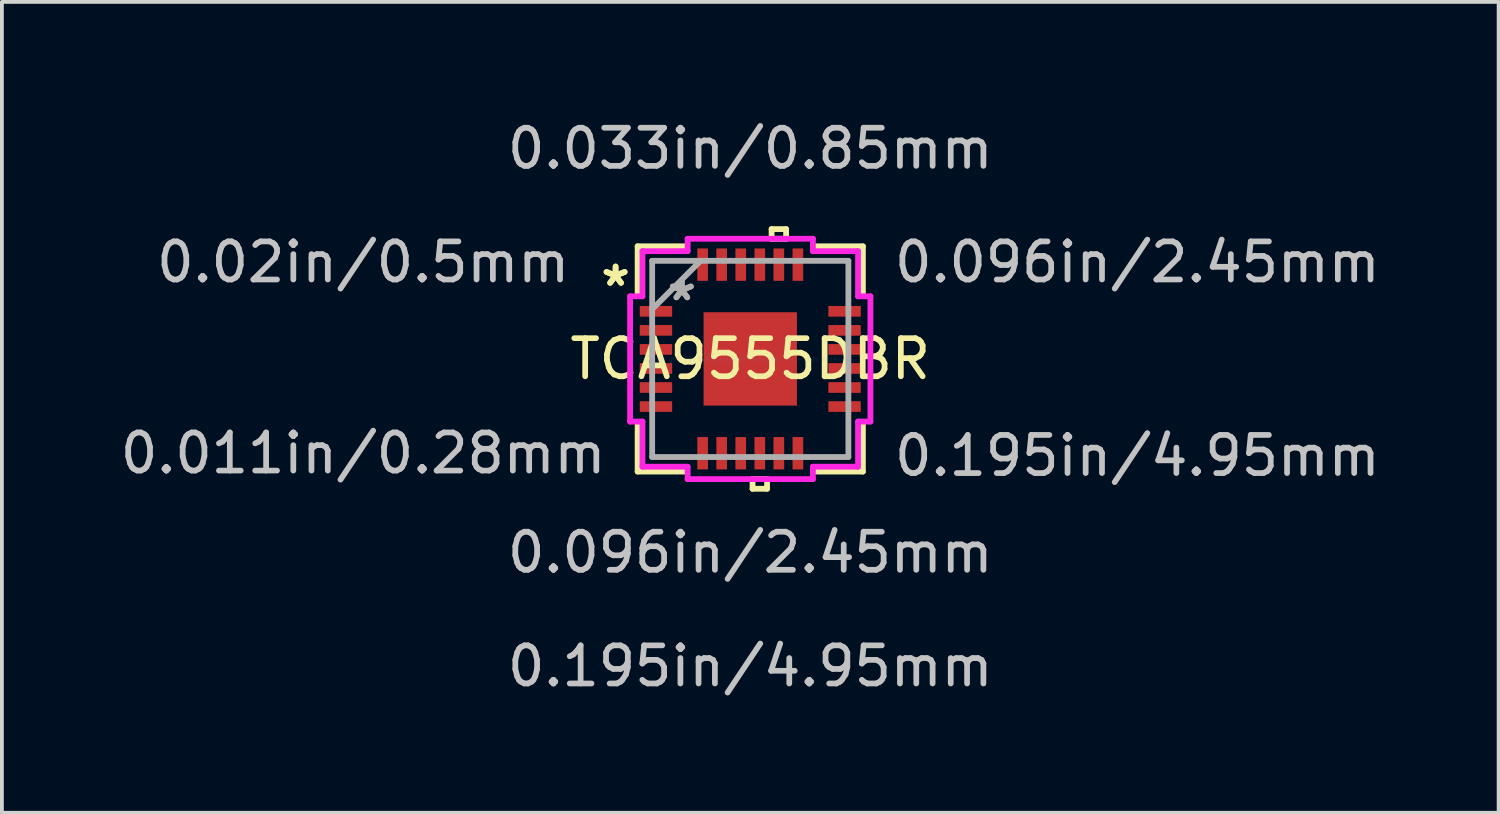
<source format=kicad_pcb>
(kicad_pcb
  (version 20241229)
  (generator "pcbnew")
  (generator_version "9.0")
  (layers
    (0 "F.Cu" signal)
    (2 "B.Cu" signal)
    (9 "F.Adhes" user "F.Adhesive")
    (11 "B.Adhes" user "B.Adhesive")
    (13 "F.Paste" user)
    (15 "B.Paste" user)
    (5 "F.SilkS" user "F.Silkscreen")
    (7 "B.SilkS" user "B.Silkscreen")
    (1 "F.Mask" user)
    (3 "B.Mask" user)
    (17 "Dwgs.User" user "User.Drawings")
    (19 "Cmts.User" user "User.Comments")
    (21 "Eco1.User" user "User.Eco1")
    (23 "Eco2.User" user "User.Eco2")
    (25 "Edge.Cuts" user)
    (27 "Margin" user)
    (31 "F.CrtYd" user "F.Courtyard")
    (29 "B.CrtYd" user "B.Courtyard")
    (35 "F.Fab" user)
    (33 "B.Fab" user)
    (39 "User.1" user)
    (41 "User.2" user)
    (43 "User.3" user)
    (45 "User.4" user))
  (footprint "TCA9555DBR"
    (layer "F.Cu")
    (at 16.642 6.371)
    (property "Reference" "TCA9555DBR" (at 0 0 0) (layer "F.SilkS") (effects (font (size 1 1) (thickness 0.15))))
    (attr through_hole)
    (fp_line (start -2.97 -1.46) (end -2.97 -1.04) (stroke (width 0.152) (type solid)) (layer "F.Mask"))
    (fp_line (start -2.97 -1.04) (end -1.98 -1.04) (stroke (width 0.152) (type solid)) (layer "F.Mask"))
    (fp_line (start -2.97 -0.96) (end -2.97 -0.54) (stroke (width 0.152) (type solid)) (layer "F.Mask"))
    (fp_line (start -2.97 -0.54) (end -1.98 -0.54) (stroke (width 0.152) (type solid)) (layer "F.Mask"))
    (fp_line (start -2.97 -0.46) (end -2.97 -0.04) (stroke (width 0.152) (type solid)) (layer "F.Mask"))
    (fp_line (start -2.97 -0.04) (end -1.98 -0.04) (stroke (width 0.152) (type solid)) (layer "F.Mask"))
    (fp_line (start -2.97 0.04) (end -2.97 0.46) (stroke (width 0.152) (type solid)) (layer "F.Mask"))
    (fp_line (start -2.97 0.46) (end -1.98 0.46) (stroke (width 0.152) (type solid)) (layer "F.Mask"))
    (fp_line (start -2.97 0.54) (end -2.97 0.96) (stroke (width 0.152) (type solid)) (layer "F.Mask"))
    (fp_line (start -2.97 0.96) (end -1.98 0.96) (stroke (width 0.152) (type solid)) (layer "F.Mask"))
    (fp_line (start -2.97 1.04) (end -2.97 1.46) (stroke (width 0.152) (type solid)) (layer "F.Mask"))
    (fp_line (start -2.97 1.46) (end -1.98 1.46) (stroke (width 0.152) (type solid)) (layer "F.Mask"))
    (fp_line (start -1.98 -1.46) (end -2.97 -1.46) (stroke (width 0.152) (type solid)) (layer "F.Mask"))
    (fp_line (start -1.98 -1.04) (end -1.98 -1.46) (stroke (width 0.152) (type solid)) (layer "F.Mask"))
    (fp_line (start -1.98 -0.96) (end -2.97 -0.96) (stroke (width 0.152) (type solid)) (layer "F.Mask"))
    (fp_line (start -1.98 -0.54) (end -1.98 -0.96) (stroke (width 0.152) (type solid)) (layer "F.Mask"))
    (fp_line (start -1.98 -0.46) (end -2.97 -0.46) (stroke (width 0.152) (type solid)) (layer "F.Mask"))
    (fp_line (start -1.98 -0.04) (end -1.98 -0.46) (stroke (width 0.152) (type solid)) (layer "F.Mask"))
    (fp_line (start -1.98 0.04) (end -2.97 0.04) (stroke (width 0.152) (type solid)) (layer "F.Mask"))
    (fp_line (start -1.98 0.46) (end -1.98 0.04) (stroke (width 0.152) (type solid)) (layer "F.Mask"))
    (fp_line (start -1.98 0.54) (end -2.97 0.54) (stroke (width 0.152) (type solid)) (layer "F.Mask"))
    (fp_line (start -1.98 0.96) (end -1.98 0.54) (stroke (width 0.152) (type solid)) (layer "F.Mask"))
    (fp_line (start -1.98 1.04) (end -2.97 1.04) (stroke (width 0.152) (type solid)) (layer "F.Mask"))
    (fp_line (start -1.98 1.46) (end -1.98 1.04) (stroke (width 0.152) (type solid)) (layer "F.Mask"))
    (fp_line (start -1.46 -2.97) (end -1.46 -1.98) (stroke (width 0.152) (type solid)) (layer "F.Mask"))
    (fp_line (start -1.46 -1.98) (end -1.04 -1.98) (stroke (width 0.152) (type solid)) (layer "F.Mask"))
    (fp_line (start -1.46 1.98) (end -1.46 2.97) (stroke (width 0.152) (type solid)) (layer "F.Mask"))
    (fp_line (start -1.46 2.97) (end -1.04 2.97) (stroke (width 0.152) (type solid)) (layer "F.Mask"))
    (fp_line (start -1.288 -1.288) (end -0.987 -1.288) (stroke (width 0.152) (type solid)) (layer "F.Mask"))
    (fp_line (start -1.288 -1.288) (end 1.288 -1.288) (stroke (width 0.152) (type solid)) (layer "F.Mask"))
    (fp_line (start -1.288 -0.987) (end -1.288 -1.288) (stroke (width 0.152) (type solid)) (layer "F.Mask"))
    (fp_line (start -1.288 -0.587) (end 1.288 -0.587) (stroke (width 0.152) (type solid)) (layer "F.Mask"))
    (fp_line (start -1.288 -0.2) (end -1.288 -0.587) (stroke (width 0.152) (type solid)) (layer "F.Mask"))
    (fp_line (start -1.288 0.2) (end 1.288 0.2) (stroke (width 0.152) (type solid)) (layer "F.Mask"))
    (fp_line (start -1.288 0.587) (end -1.288 0.2) (stroke (width 0.152) (type solid)) (layer "F.Mask"))
    (fp_line (start -1.288 0.987) (end 1.288 0.987) (stroke (width 0.152) (type solid)) (layer "F.Mask"))
    (fp_line (start -1.288 1.288) (end -1.288 -1.288) (stroke (width 0.152) (type solid)) (layer "F.Mask"))
    (fp_line (start -1.288 1.288) (end -1.288 0.987) (stroke (width 0.152) (type solid)) (layer "F.Mask"))
    (fp_line (start -1.04 -2.97) (end -1.46 -2.97) (stroke (width 0.152) (type solid)) (layer "F.Mask"))
    (fp_line (start -1.04 -1.98) (end -1.04 -2.97) (stroke (width 0.152) (type solid)) (layer "F.Mask"))
    (fp_line (start -1.04 1.98) (end -1.46 1.98) (stroke (width 0.152) (type solid)) (layer "F.Mask"))
    (fp_line (start -1.04 2.97) (end -1.04 1.98) (stroke (width 0.152) (type solid)) (layer "F.Mask"))
    (fp_line (start -0.987 -1.288) (end -0.987 1.288) (stroke (width 0.152) (type solid)) (layer "F.Mask"))
    (fp_line (start -0.987 1.288) (end -1.288 1.288) (stroke (width 0.152) (type solid)) (layer "F.Mask"))
    (fp_line (start -0.96 -2.97) (end -0.96 -1.98) (stroke (width 0.152) (type solid)) (layer "F.Mask"))
    (fp_line (start -0.96 -1.98) (end -0.54 -1.98) (stroke (width 0.152) (type solid)) (layer "F.Mask"))
    (fp_line (start -0.96 1.98) (end -0.96 2.97) (stroke (width 0.152) (type solid)) (layer "F.Mask"))
    (fp_line (start -0.96 2.97) (end -0.54 2.97) (stroke (width 0.152) (type solid)) (layer "F.Mask"))
    (fp_line (start -0.587 -1.288) (end -0.587 1.288) (stroke (width 0.152) (type solid)) (layer "F.Mask"))
    (fp_line (start -0.587 1.288) (end -0.2 1.288) (stroke (width 0.152) (type solid)) (layer "F.Mask"))
    (fp_line (start -0.54 -2.97) (end -0.96 -2.97) (stroke (width 0.152) (type solid)) (layer "F.Mask"))
    (fp_line (start -0.54 -1.98) (end -0.54 -2.97) (stroke (width 0.152) (type solid)) (layer "F.Mask"))
    (fp_line (start -0.54 1.98) (end -0.96 1.98) (stroke (width 0.152) (type solid)) (layer "F.Mask"))
    (fp_line (start -0.54 2.97) (end -0.54 1.98) (stroke (width 0.152) (type solid)) (layer "F.Mask"))
    (fp_line (start -0.46 -2.97) (end -0.46 -1.98) (stroke (width 0.152) (type solid)) (layer "F.Mask"))
    (fp_line (start -0.46 -1.98) (end -0.04 -1.98) (stroke (width 0.152) (type solid)) (layer "F.Mask"))
    (fp_line (start -0.46 1.98) (end -0.46 2.97) (stroke (width 0.152) (type solid)) (layer "F.Mask"))
    (fp_line (start -0.46 2.97) (end -0.04 2.97) (stroke (width 0.152) (type solid)) (layer "F.Mask"))
    (fp_line (start -0.2 -1.288) (end -0.587 -1.288) (stroke (width 0.152) (type solid)) (layer "F.Mask"))
    (fp_line (start -0.2 1.288) (end -0.2 -1.288) (stroke (width 0.152) (type solid)) (layer "F.Mask"))
    (fp_line (start -0.04 -2.97) (end -0.46 -2.97) (stroke (width 0.152) (type solid)) (layer "F.Mask"))
    (fp_line (start -0.04 -1.98) (end -0.04 -2.97) (stroke (width 0.152) (type solid)) (layer "F.Mask"))
    (fp_line (start -0.04 1.98) (end -0.46 1.98) (stroke (width 0.152) (type solid)) (layer "F.Mask"))
    (fp_line (start -0.04 2.97) (end -0.04 1.98) (stroke (width 0.152) (type solid)) (layer "F.Mask"))
    (fp_line (start 0.04 -2.97) (end 0.04 -1.98) (stroke (width 0.152) (type solid)) (layer "F.Mask"))
    (fp_line (start 0.04 -1.98) (end 0.46 -1.98) (stroke (width 0.152) (type solid)) (layer "F.Mask"))
    (fp_line (start 0.04 1.98) (end 0.04 2.97) (stroke (width 0.152) (type solid)) (layer "F.Mask"))
    (fp_line (start 0.04 2.97) (end 0.46 2.97) (stroke (width 0.152) (type solid)) (layer "F.Mask"))
    (fp_line (start 0.2 -1.288) (end 0.2 1.288) (stroke (width 0.152) (type solid)) (layer "F.Mask"))
    (fp_line (start 0.2 1.288) (end 0.587 1.288) (stroke (width 0.152) (type solid)) (layer "F.Mask"))
    (fp_line (start 0.46 -2.97) (end 0.04 -2.97) (stroke (width 0.152) (type solid)) (layer "F.Mask"))
    (fp_line (start 0.46 -1.98) (end 0.46 -2.97) (stroke (width 0.152) (type solid)) (layer "F.Mask"))
    (fp_line (start 0.46 1.98) (end 0.04 1.98) (stroke (width 0.152) (type solid)) (layer "F.Mask"))
    (fp_line (start 0.46 2.97) (end 0.46 1.98) (stroke (width 0.152) (type solid)) (layer "F.Mask"))
    (fp_line (start 0.54 -2.97) (end 0.54 -1.98) (stroke (width 0.152) (type solid)) (layer "F.Mask"))
    (fp_line (start 0.54 -1.98) (end 0.96 -1.98) (stroke (width 0.152) (type solid)) (layer "F.Mask"))
    (fp_line (start 0.54 1.98) (end 0.54 2.97) (stroke (width 0.152) (type solid)) (layer "F.Mask"))
    (fp_line (start 0.54 2.97) (end 0.96 2.97) (stroke (width 0.152) (type solid)) (layer "F.Mask"))
    (fp_line (start 0.587 -1.288) (end 0.2 -1.288) (stroke (width 0.152) (type solid)) (layer "F.Mask"))
    (fp_line (start 0.587 1.288) (end 0.587 -1.288) (stroke (width 0.152) (type solid)) (layer "F.Mask"))
    (fp_line (start 0.96 -2.97) (end 0.54 -2.97) (stroke (width 0.152) (type solid)) (layer "F.Mask"))
    (fp_line (start 0.96 -1.98) (end 0.96 -2.97) (stroke (width 0.152) (type solid)) (layer "F.Mask"))
    (fp_line (start 0.96 1.98) (end 0.54 1.98) (stroke (width 0.152) (type solid)) (layer "F.Mask"))
    (fp_line (start 0.96 2.97) (end 0.96 1.98) (stroke (width 0.152) (type solid)) (layer "F.Mask"))
    (fp_line (start 0.987 -1.288) (end 1.288 -1.288) (stroke (width 0.152) (type solid)) (layer "F.Mask"))
    (fp_line (start 0.987 1.288) (end 0.987 -1.288) (stroke (width 0.152) (type solid)) (layer "F.Mask"))
    (fp_line (start 1.04 -2.97) (end 1.04 -1.98) (stroke (width 0.152) (type solid)) (layer "F.Mask"))
    (fp_line (start 1.04 -1.98) (end 1.46 -1.98) (stroke (width 0.152) (type solid)) (layer "F.Mask"))
    (fp_line (start 1.04 1.98) (end 1.04 2.97) (stroke (width 0.152) (type solid)) (layer "F.Mask"))
    (fp_line (start 1.04 2.97) (end 1.46 2.97) (stroke (width 0.152) (type solid)) (layer "F.Mask"))
    (fp_line (start 1.288 -1.288) (end 1.288 -0.987) (stroke (width 0.152) (type solid)) (layer "F.Mask"))
    (fp_line (start 1.288 -1.288) (end 1.288 1.288) (stroke (width 0.152) (type solid)) (layer "F.Mask"))
    (fp_line (start 1.288 -0.987) (end -1.288 -0.987) (stroke (width 0.152) (type solid)) (layer "F.Mask"))
    (fp_line (start 1.288 -0.587) (end 1.288 -0.2) (stroke (width 0.152) (type solid)) (layer "F.Mask"))
    (fp_line (start 1.288 -0.2) (end -1.288 -0.2) (stroke (width 0.152) (type solid)) (layer "F.Mask"))
    (fp_line (start 1.288 0.2) (end 1.288 0.587) (stroke (width 0.152) (type solid)) (layer "F.Mask"))
    (fp_line (start 1.288 0.587) (end -1.288 0.587) (stroke (width 0.152) (type solid)) (layer "F.Mask"))
    (fp_line (start 1.288 0.987) (end 1.288 1.288) (stroke (width 0.152) (type solid)) (layer "F.Mask"))
    (fp_line (start 1.288 1.288) (end -1.288 1.288) (stroke (width 0.152) (type solid)) (layer "F.Mask"))
    (fp_line (start 1.288 1.288) (end 0.987 1.288) (stroke (width 0.152) (type solid)) (layer "F.Mask"))
    (fp_line (start 1.46 -2.97) (end 1.04 -2.97) (stroke (width 0.152) (type solid)) (layer "F.Mask"))
    (fp_line (start 1.46 -1.98) (end 1.46 -2.97) (stroke (width 0.152) (type solid)) (layer "F.Mask"))
    (fp_line (start 1.46 1.98) (end 1.04 1.98) (stroke (width 0.152) (type solid)) (layer "F.Mask"))
    (fp_line (start 1.46 2.97) (end 1.46 1.98) (stroke (width 0.152) (type solid)) (layer "F.Mask"))
    (fp_line (start 1.98 -1.46) (end 1.98 -1.04) (stroke (width 0.152) (type solid)) (layer "F.Mask"))
    (fp_line (start 1.98 -1.04) (end 2.97 -1.04) (stroke (width 0.152) (type solid)) (layer "F.Mask"))
    (fp_line (start 1.98 -0.96) (end 1.98 -0.54) (stroke (width 0.152) (type solid)) (layer "F.Mask"))
    (fp_line (start 1.98 -0.54) (end 2.97 -0.54) (stroke (width 0.152) (type solid)) (layer "F.Mask"))
    (fp_line (start 1.98 -0.46) (end 1.98 -0.04) (stroke (width 0.152) (type solid)) (layer "F.Mask"))
    (fp_line (start 1.98 -0.04) (end 2.97 -0.04) (stroke (width 0.152) (type solid)) (layer "F.Mask"))
    (fp_line (start 1.98 0.04) (end 1.98 0.46) (stroke (width 0.152) (type solid)) (layer "F.Mask"))
    (fp_line (start 1.98 0.46) (end 2.97 0.46) (stroke (width 0.152) (type solid)) (layer "F.Mask"))
    (fp_line (start 1.98 0.54) (end 1.98 0.96) (stroke (width 0.152) (type solid)) (layer "F.Mask"))
    (fp_line (start 1.98 0.96) (end 2.97 0.96) (stroke (width 0.152) (type solid)) (layer "F.Mask"))
    (fp_line (start 1.98 1.04) (end 1.98 1.46) (stroke (width 0.152) (type solid)) (layer "F.Mask"))
    (fp_line (start 1.98 1.46) (end 2.97 1.46) (stroke (width 0.152) (type solid)) (layer "F.Mask"))
    (fp_line (start 2.97 -1.46) (end 1.98 -1.46) (stroke (width 0.152) (type solid)) (layer "F.Mask"))
    (fp_line (start 2.97 -1.04) (end 2.97 -1.46) (stroke (width 0.152) (type solid)) (layer "F.Mask"))
    (fp_line (start 2.97 -0.96) (end 1.98 -0.96) (stroke (width 0.152) (type solid)) (layer "F.Mask"))
    (fp_line (start 2.97 -0.54) (end 2.97 -0.96) (stroke (width 0.152) (type solid)) (layer "F.Mask"))
    (fp_line (start 2.97 -0.46) (end 1.98 -0.46) (stroke (width 0.152) (type solid)) (layer "F.Mask"))
    (fp_line (start 2.97 -0.04) (end 2.97 -0.46) (stroke (width 0.152) (type solid)) (layer "F.Mask"))
    (fp_line (start 2.97 0.04) (end 1.98 0.04) (stroke (width 0.152) (type solid)) (layer "F.Mask"))
    (fp_line (start 2.97 0.46) (end 2.97 0.04) (stroke (width 0.152) (type solid)) (layer "F.Mask"))
    (fp_line (start 2.97 0.54) (end 1.98 0.54) (stroke (width 0.152) (type solid)) (layer "F.Mask"))
    (fp_line (start 2.97 0.96) (end 2.97 0.54) (stroke (width 0.152) (type solid)) (layer "F.Mask"))
    (fp_line (start 2.97 1.04) (end 1.98 1.04) (stroke (width 0.152) (type solid)) (layer "F.Mask"))
    (fp_line (start 2.97 1.46) (end 2.97 1.04) (stroke (width 0.152) (type solid)) (layer "F.Mask"))
    (fp_line (start -2.956 -2.956) (end -2.956 -1.718) (stroke (width 0.152) (type solid)) (layer "F.SilkS"))
    (fp_line (start -2.956 1.718) (end -2.956 2.956) (stroke (width 0.152) (type solid)) (layer "F.SilkS"))
    (fp_line (start -2.956 2.956) (end -1.718 2.956) (stroke (width 0.152) (type solid)) (layer "F.SilkS"))
    (fp_line (start -1.718 -2.956) (end -2.956 -2.956) (stroke (width 0.152) (type solid)) (layer "F.SilkS"))
    (fp_line (start 0.06 3.154) (end 0.06 3.408) (stroke (width 0.152) (type solid)) (layer "F.SilkS"))
    (fp_line (start 0.06 3.408) (end 0.441 3.408) (stroke (width 0.152) (type solid)) (layer "F.SilkS"))
    (fp_line (start 0.441 3.154) (end 0.06 3.154) (stroke (width 0.152) (type solid)) (layer "F.SilkS"))
    (fp_line (start 0.441 3.408) (end 0.441 3.154) (stroke (width 0.152) (type solid)) (layer "F.SilkS"))
    (fp_line (start 0.56 -3.408) (end 0.941 -3.408) (stroke (width 0.152) (type solid)) (layer "F.SilkS"))
    (fp_line (start 0.56 -3.154) (end 0.56 -3.408) (stroke (width 0.152) (type solid)) (layer "F.SilkS"))
    (fp_line (start 0.941 -3.408) (end 0.941 -3.154) (stroke (width 0.152) (type solid)) (layer "F.SilkS"))
    (fp_line (start 0.941 -3.154) (end 0.56 -3.154) (stroke (width 0.152) (type solid)) (layer "F.SilkS"))
    (fp_line (start 1.718 2.956) (end 2.956 2.956) (stroke (width 0.152) (type solid)) (layer "F.SilkS"))
    (fp_line (start 2.956 -2.956) (end 1.718 -2.956) (stroke (width 0.152) (type solid)) (layer "F.SilkS"))
    (fp_line (start 2.956 -1.718) (end 2.956 -2.956) (stroke (width 0.152) (type solid)) (layer "F.SilkS"))
    (fp_line (start 2.956 2.956) (end 2.956 1.718) (stroke (width 0.152) (type solid)) (layer "F.SilkS"))
    (fp_line (start -2.875 -1.365) (end -2.875 -1.135) (stroke (width 0.152) (type solid)) (layer "F.Paste"))
    (fp_line (start -2.875 -1.135) (end -2.075 -1.135) (stroke (width 0.152) (type solid)) (layer "F.Paste"))
    (fp_line (start -2.875 -0.865) (end -2.875 -0.635) (stroke (width 0.152) (type solid)) (layer "F.Paste"))
    (fp_line (start -2.875 -0.635) (end -2.075 -0.635) (stroke (width 0.152) (type solid)) (layer "F.Paste"))
    (fp_line (start -2.875 -0.365) (end -2.875 -0.135) (stroke (width 0.152) (type solid)) (layer "F.Paste"))
    (fp_line (start -2.875 -0.135) (end -2.075 -0.135) (stroke (width 0.152) (type solid)) (layer "F.Paste"))
    (fp_line (start -2.875 0.135) (end -2.875 0.365) (stroke (width 0.152) (type solid)) (layer "F.Paste"))
    (fp_line (start -2.875 0.365) (end -2.075 0.365) (stroke (width 0.152) (type solid)) (layer "F.Paste"))
    (fp_line (start -2.875 0.635) (end -2.875 0.865) (stroke (width 0.152) (type solid)) (layer "F.Paste"))
    (fp_line (start -2.875 0.865) (end -2.075 0.865) (stroke (width 0.152) (type solid)) (layer "F.Paste"))
    (fp_line (start -2.875 1.135) (end -2.875 1.365) (stroke (width 0.152) (type solid)) (layer "F.Paste"))
    (fp_line (start -2.875 1.365) (end -2.075 1.365) (stroke (width 0.152) (type solid)) (layer "F.Paste"))
    (fp_line (start -2.075 -1.365) (end -2.875 -1.365) (stroke (width 0.152) (type solid)) (layer "F.Paste"))
    (fp_line (start -2.075 -1.135) (end -2.075 -1.365) (stroke (width 0.152) (type solid)) (layer "F.Paste"))
    (fp_line (start -2.075 -0.865) (end -2.875 -0.865) (stroke (width 0.152) (type solid)) (layer "F.Paste"))
    (fp_line (start -2.075 -0.635) (end -2.075 -0.865) (stroke (width 0.152) (type solid)) (layer "F.Paste"))
    (fp_line (start -2.075 -0.365) (end -2.875 -0.365) (stroke (width 0.152) (type solid)) (layer "F.Paste"))
    (fp_line (start -2.075 -0.135) (end -2.075 -0.365) (stroke (width 0.152) (type solid)) (layer "F.Paste"))
    (fp_line (start -2.075 0.135) (end -2.875 0.135) (stroke (width 0.152) (type solid)) (layer "F.Paste"))
    (fp_line (start -2.075 0.365) (end -2.075 0.135) (stroke (width 0.152) (type solid)) (layer "F.Paste"))
    (fp_line (start -2.075 0.635) (end -2.875 0.635) (stroke (width 0.152) (type solid)) (layer "F.Paste"))
    (fp_line (start -2.075 0.865) (end -2.075 0.635) (stroke (width 0.152) (type solid)) (layer "F.Paste"))
    (fp_line (start -2.075 1.135) (end -2.875 1.135) (stroke (width 0.152) (type solid)) (layer "F.Paste"))
    (fp_line (start -2.075 1.365) (end -2.075 1.135) (stroke (width 0.152) (type solid)) (layer "F.Paste"))
    (fp_line (start -1.365 -2.875) (end -1.365 -2.075) (stroke (width 0.152) (type solid)) (layer "F.Paste"))
    (fp_line (start -1.365 -2.075) (end -1.135 -2.075) (stroke (width 0.152) (type solid)) (layer "F.Paste"))
    (fp_line (start -1.365 2.075) (end -1.365 2.875) (stroke (width 0.152) (type solid)) (layer "F.Paste"))
    (fp_line (start -1.365 2.875) (end -1.135 2.875) (stroke (width 0.152) (type solid)) (layer "F.Paste"))
    (fp_line (start -1.15 -1.15) (end -1.15 -0.887) (stroke (width 0.152) (type solid)) (layer "F.Paste"))
    (fp_line (start -1.15 -0.887) (end -1.029 -0.887) (stroke (width 0.152) (type solid)) (layer "F.Paste"))
    (fp_line (start -1.15 -0.687) (end -1.15 -0.1) (stroke (width 0.152) (type solid)) (layer "F.Paste"))
    (fp_line (start -1.15 -0.1) (end -1.029 -0.1) (stroke (width 0.152) (type solid)) (layer "F.Paste"))
    (fp_line (start -1.15 0.1) (end -1.15 0.687) (stroke (width 0.152) (type solid)) (layer "F.Paste"))
    (fp_line (start -1.15 0.687) (end -1.029 0.687) (stroke (width 0.152) (type solid)) (layer "F.Paste"))
    (fp_line (start -1.15 0.887) (end -1.15 1.15) (stroke (width 0.152) (type solid)) (layer "F.Paste"))
    (fp_line (start -1.15 1.15) (end -0.887 1.15) (stroke (width 0.152) (type solid)) (layer "F.Paste"))
    (fp_line (start -1.135 -2.875) (end -1.365 -2.875) (stroke (width 0.152) (type solid)) (layer "F.Paste"))
    (fp_line (start -1.135 -2.075) (end -1.135 -2.875) (stroke (width 0.152) (type solid)) (layer "F.Paste"))
    (fp_line (start -1.135 2.075) (end -1.365 2.075) (stroke (width 0.152) (type solid)) (layer "F.Paste"))
    (fp_line (start -1.135 2.875) (end -1.135 2.075) (stroke (width 0.152) (type solid)) (layer "F.Paste"))
    (fp_line (start -1.029 -0.887) (end -1.029 -0.887) (stroke (width 0.152) (type solid)) (layer "F.Paste"))
    (fp_line (start -1.029 -0.887) (end -0.887 -1.029) (stroke (width 0.152) (type solid)) (layer "F.Paste"))
    (fp_line (start -1.029 -0.687) (end -1.15 -0.687) (stroke (width 0.152) (type solid)) (layer "F.Paste"))
    (fp_line (start -1.029 -0.687) (end -1.029 -0.687) (stroke (width 0.152) (type solid)) (layer "F.Paste"))
    (fp_line (start -1.029 -0.1) (end -1.029 -0.1) (stroke (width 0.152) (type solid)) (layer "F.Paste"))
    (fp_line (start -1.029 -0.1) (end -0.887 -0.241) (stroke (width 0.152) (type solid)) (layer "F.Paste"))
    (fp_line (start -1.029 0.1) (end -1.15 0.1) (stroke (width 0.152) (type solid)) (layer "F.Paste"))
    (fp_line (start -1.029 0.1) (end -1.029 0.1) (stroke (width 0.152) (type solid)) (layer "F.Paste"))
    (fp_line (start -1.029 0.687) (end -1.029 0.687) (stroke (width 0.152) (type solid)) (layer "F.Paste"))
    (fp_line (start -1.029 0.687) (end -0.887 0.546) (stroke (width 0.152) (type solid)) (layer "F.Paste"))
    (fp_line (start -1.029 0.887) (end -1.15 0.887) (stroke (width 0.152) (type solid)) (layer "F.Paste"))
    (fp_line (start -1.029 0.887) (end -1.029 0.887) (stroke (width 0.152) (type solid)) (layer "F.Paste"))
    (fp_line (start -0.887 -1.15) (end -1.15 -1.15) (stroke (width 0.152) (type solid)) (layer "F.Paste"))
    (fp_line (start -0.887 -1.029) (end -0.887 -1.15) (stroke (width 0.152) (type solid)) (layer "F.Paste"))
    (fp_line (start -0.887 -1.029) (end -0.887 -1.029) (stroke (width 0.152) (type solid)) (layer "F.Paste"))
    (fp_line (start -0.887 -0.546) (end -1.029 -0.687) (stroke (width 0.152) (type solid)) (layer "F.Paste"))
    (fp_line (start -0.887 -0.546) (end -0.887 -0.546) (stroke (width 0.152) (type solid)) (layer "F.Paste"))
    (fp_line (start -0.887 -0.241) (end -0.887 -0.546) (stroke (width 0.152) (type solid)) (layer "F.Paste"))
    (fp_line (start -0.887 -0.241) (end -0.887 -0.241) (stroke (width 0.152) (type solid)) (layer "F.Paste"))
    (fp_line (start -0.887 0.241) (end -1.029 0.1) (stroke (width 0.152) (type solid)) (layer "F.Paste"))
    (fp_line (start -0.887 0.241) (end -0.887 0.241) (stroke (width 0.152) (type solid)) (layer "F.Paste"))
    (fp_line (start -0.887 0.546) (end -0.887 0.241) (stroke (width 0.152) (type solid)) (layer "F.Paste"))
    (fp_line (start -0.887 0.546) (end -0.887 0.546) (stroke (width 0.152) (type solid)) (layer "F.Paste"))
    (fp_line (start -0.887 1.029) (end -1.029 0.887) (stroke (width 0.152) (type solid)) (layer "F.Paste"))
    (fp_line (start -0.887 1.029) (end -0.887 1.029) (stroke (width 0.152) (type solid)) (layer "F.Paste"))
    (fp_line (start -0.887 1.15) (end -0.887 1.029) (stroke (width 0.152) (type solid)) (layer "F.Paste"))
    (fp_line (start -0.865 -2.875) (end -0.865 -2.075) (stroke (width 0.152) (type solid)) (layer "F.Paste"))
    (fp_line (start -0.865 -2.075) (end -0.635 -2.075) (stroke (width 0.152) (type solid)) (layer "F.Paste"))
    (fp_line (start -0.865 2.075) (end -0.865 2.875) (stroke (width 0.152) (type solid)) (layer "F.Paste"))
    (fp_line (start -0.865 2.875) (end -0.635 2.875) (stroke (width 0.152) (type solid)) (layer "F.Paste"))
    (fp_line (start -0.687 -1.15) (end -0.687 -1.029) (stroke (width 0.152) (type solid)) (layer "F.Paste"))
    (fp_line (start -0.687 -1.029) (end -0.687 -1.029) (stroke (width 0.152) (type solid)) (layer "F.Paste"))
    (fp_line (start -0.687 -1.029) (end -0.546 -0.887) (stroke (width 0.152) (type solid)) (layer "F.Paste"))
    (fp_line (start -0.687 -0.546) (end -0.687 -0.546) (stroke (width 0.152) (type solid)) (layer "F.Paste"))
    (fp_line (start -0.687 -0.546) (end -0.687 -0.241) (stroke (width 0.152) (type solid)) (layer "F.Paste"))
    (fp_line (start -0.687 -0.241) (end -0.687 -0.241) (stroke (width 0.152) (type solid)) (layer "F.Paste"))
    (fp_line (start -0.687 -0.241) (end -0.546 -0.1) (stroke (width 0.152) (type solid)) (layer "F.Paste"))
    (fp_line (start -0.687 0.241) (end -0.687 0.241) (stroke (width 0.152) (type solid)) (layer "F.Paste"))
    (fp_line (start -0.687 0.241) (end -0.687 0.546) (stroke (width 0.152) (type solid)) (layer "F.Paste"))
    (fp_line (start -0.687 0.546) (end -0.687 0.546) (stroke (width 0.152) (type solid)) (layer "F.Paste"))
    (fp_line (start -0.687 0.546) (end -0.546 0.687) (stroke (width 0.152) (type solid)) (layer "F.Paste"))
    (fp_line (start -0.687 1.029) (end -0.687 1.029) (stroke (width 0.152) (type solid)) (layer "F.Paste"))
    (fp_line (start -0.687 1.029) (end -0.687 1.15) (stroke (width 0.152) (type solid)) (layer "F.Paste"))
    (fp_line (start -0.687 1.15) (end -0.1 1.15) (stroke (width 0.152) (type solid)) (layer "F.Paste"))
    (fp_line (start -0.635 -2.875) (end -0.865 -2.875) (stroke (width 0.152) (type solid)) (layer "F.Paste"))
    (fp_line (start -0.635 -2.075) (end -0.635 -2.875) (stroke (width 0.152) (type solid)) (layer "F.Paste"))
    (fp_line (start -0.635 2.075) (end -0.865 2.075) (stroke (width 0.152) (type solid)) (layer "F.Paste"))
    (fp_line (start -0.635 2.875) (end -0.635 2.075) (stroke (width 0.152) (type solid)) (layer "F.Paste"))
    (fp_line (start -0.546 -0.887) (end -0.546 -0.887) (stroke (width 0.152) (type solid)) (layer "F.Paste"))
    (fp_line (start -0.546 -0.887) (end -0.241 -0.887) (stroke (width 0.152) (type solid)) (layer "F.Paste"))
    (fp_line (start -0.546 -0.687) (end -0.687 -0.546) (stroke (width 0.152) (type solid)) (layer "F.Paste"))
    (fp_line (start -0.546 -0.687) (end -0.546 -0.687) (stroke (width 0.152) (type solid)) (layer "F.Paste"))
    (fp_line (start -0.546 -0.1) (end -0.546 -0.1) (stroke (width 0.152) (type solid)) (layer "F.Paste"))
    (fp_line (start -0.546 -0.1) (end -0.241 -0.1) (stroke (width 0.152) (type solid)) (layer "F.Paste"))
    (fp_line (start -0.546 0.1) (end -0.687 0.241) (stroke (width 0.152) (type solid)) (layer "F.Paste"))
    (fp_line (start -0.546 0.1) (end -0.546 0.1) (stroke (width 0.152) (type solid)) (layer "F.Paste"))
    (fp_line (start -0.546 0.687) (end -0.546 0.687) (stroke (width 0.152) (type solid)) (layer "F.Paste"))
    (fp_line (start -0.546 0.687) (end -0.241 0.687) (stroke (width 0.152) (type solid)) (layer "F.Paste"))
    (fp_line (start -0.546 0.887) (end -0.687 1.029) (stroke (width 0.152) (type solid)) (layer "F.Paste"))
    (fp_line (start -0.546 0.887) (end -0.546 0.887) (stroke (width 0.152) (type solid)) (layer "F.Paste"))
    (fp_line (start -0.365 -2.875) (end -0.365 -2.075) (stroke (width 0.152) (type solid)) (layer "F.Paste"))
    (fp_line (start -0.365 -2.075) (end -0.135 -2.075) (stroke (width 0.152) (type solid)) (layer "F.Paste"))
    (fp_line (start -0.365 2.075) (end -0.365 2.875) (stroke (width 0.152) (type solid)) (layer "F.Paste"))
    (fp_line (start -0.365 2.875) (end -0.135 2.875) (stroke (width 0.152) (type solid)) (layer "F.Paste"))
    (fp_line (start -0.241 -0.887) (end -0.241 -0.887) (stroke (width 0.152) (type solid)) (layer "F.Paste"))
    (fp_line (start -0.241 -0.887) (end -0.1 -1.029) (stroke (width 0.152) (type solid)) (layer "F.Paste"))
    (fp_line (start -0.241 -0.687) (end -0.546 -0.687) (stroke (width 0.152) (type solid)) (layer "F.Paste"))
    (fp_line (start -0.241 -0.687) (end -0.241 -0.687) (stroke (width 0.152) (type solid)) (layer "F.Paste"))
    (fp_line (start -0.241 -0.1) (end -0.241 -0.1) (stroke (width 0.152) (type solid)) (layer "F.Paste"))
    (fp_line (start -0.241 -0.1) (end -0.1 -0.241) (stroke (width 0.152) (type solid)) (layer "F.Paste"))
    (fp_line (start -0.241 0.1) (end -0.546 0.1) (stroke (width 0.152) (type solid)) (layer "F.Paste"))
    (fp_line (start -0.241 0.1) (end -0.241 0.1) (stroke (width 0.152) (type solid)) (layer "F.Paste"))
    (fp_line (start -0.241 0.687) (end -0.241 0.687) (stroke (width 0.152) (type solid)) (layer "F.Paste"))
    (fp_line (start -0.241 0.687) (end -0.1 0.546) (stroke (width 0.152) (type solid)) (layer "F.Paste"))
    (fp_line (start -0.241 0.887) (end -0.546 0.887) (stroke (width 0.152) (type solid)) (layer "F.Paste"))
    (fp_line (start -0.241 0.887) (end -0.241 0.887) (stroke (width 0.152) (type solid)) (layer "F.Paste"))
    (fp_line (start -0.135 -2.875) (end -0.365 -2.875) (stroke (width 0.152) (type solid)) (layer "F.Paste"))
    (fp_line (start -0.135 -2.075) (end -0.135 -2.875) (stroke (width 0.152) (type solid)) (layer "F.Paste"))
    (fp_line (start -0.135 2.075) (end -0.365 2.075) (stroke (width 0.152) (type solid)) (layer "F.Paste"))
    (fp_line (start -0.135 2.875) (end -0.135 2.075) (stroke (width 0.152) (type solid)) (layer "F.Paste"))
    (fp_line (start -0.1 -1.15) (end -0.687 -1.15) (stroke (width 0.152) (type solid)) (layer "F.Paste"))
    (fp_line (start -0.1 -1.029) (end -0.1 -1.15) (stroke (width 0.152) (type solid)) (layer "F.Paste"))
    (fp_line (start -0.1 -1.029) (end -0.1 -1.029) (stroke (width 0.152) (type solid)) (layer "F.Paste"))
    (fp_line (start -0.1 -0.546) (end -0.241 -0.687) (stroke (width 0.152) (type solid)) (layer "F.Paste"))
    (fp_line (start -0.1 -0.546) (end -0.1 -0.546) (stroke (width 0.152) (type solid)) (layer "F.Paste"))
    (fp_line (start -0.1 -0.241) (end -0.1 -0.546) (stroke (width 0.152) (type solid)) (layer "F.Paste"))
    (fp_line (start -0.1 -0.241) (end -0.1 -0.241) (stroke (width 0.152) (type solid)) (layer "F.Paste"))
    (fp_line (start -0.1 0.241) (end -0.241 0.1) (stroke (width 0.152) (type solid)) (layer "F.Paste"))
    (fp_line (start -0.1 0.241) (end -0.1 0.241) (stroke (width 0.152) (type solid)) (layer "F.Paste"))
    (fp_line (start -0.1 0.546) (end -0.1 0.241) (stroke (width 0.152) (type solid)) (layer "F.Paste"))
    (fp_line (start -0.1 0.546) (end -0.1 0.546) (stroke (width 0.152) (type solid)) (layer "F.Paste"))
    (fp_line (start -0.1 1.029) (end -0.241 0.887) (stroke (width 0.152) (type solid)) (layer "F.Paste"))
    (fp_line (start -0.1 1.029) (end -0.1 1.029) (stroke (width 0.152) (type solid)) (layer "F.Paste"))
    (fp_line (start -0.1 1.15) (end -0.1 1.029) (stroke (width 0.152) (type solid)) (layer "F.Paste"))
    (fp_line (start 0.1 -1.15) (end 0.1 -1.029) (stroke (width 0.152) (type solid)) (layer "F.Paste"))
    (fp_line (start 0.1 -1.029) (end 0.1 -1.029) (stroke (width 0.152) (type solid)) (layer "F.Paste"))
    (fp_line (start 0.1 -1.029) (end 0.241 -0.887) (stroke (width 0.152) (type solid)) (layer "F.Paste"))
    (fp_line (start 0.1 -0.546) (end 0.1 -0.546) (stroke (width 0.152) (type solid)) (layer "F.Paste"))
    (fp_line (start 0.1 -0.546) (end 0.1 -0.241) (stroke (width 0.152) (type solid)) (layer "F.Paste"))
    (fp_line (start 0.1 -0.241) (end 0.1 -0.241) (stroke (width 0.152) (type solid)) (layer "F.Paste"))
    (fp_line (start 0.1 -0.241) (end 0.241 -0.1) (stroke (width 0.152) (type solid)) (layer "F.Paste"))
    (fp_line (start 0.1 0.241) (end 0.1 0.241) (stroke (width 0.152) (type solid)) (layer "F.Paste"))
    (fp_line (start 0.1 0.241) (end 0.1 0.546) (stroke (width 0.152) (type solid)) (layer "F.Paste"))
    (fp_line (start 0.1 0.546) (end 0.1 0.546) (stroke (width 0.152) (type solid)) (layer "F.Paste"))
    (fp_line (start 0.1 0.546) (end 0.241 0.687) (stroke (width 0.152) (type solid)) (layer "F.Paste"))
    (fp_line (start 0.1 1.029) (end 0.1 1.029) (stroke (width 0.152) (type solid)) (layer "F.Paste"))
    (fp_line (start 0.1 1.029) (end 0.1 1.15) (stroke (width 0.152) (type solid)) (layer "F.Paste"))
    (fp_line (start 0.1 1.15) (end 0.687 1.15) (stroke (width 0.152) (type solid)) (layer "F.Paste"))
    (fp_line (start 0.135 -2.875) (end 0.135 -2.075) (stroke (width 0.152) (type solid)) (layer "F.Paste"))
    (fp_line (start 0.135 -2.075) (end 0.365 -2.075) (stroke (width 0.152) (type solid)) (layer "F.Paste"))
    (fp_line (start 0.135 2.075) (end 0.135 2.875) (stroke (width 0.152) (type solid)) (layer "F.Paste"))
    (fp_line (start 0.135 2.875) (end 0.365 2.875) (stroke (width 0.152) (type solid)) (layer "F.Paste"))
    (fp_line (start 0.241 -0.887) (end 0.241 -0.887) (stroke (width 0.152) (type solid)) (layer "F.Paste"))
    (fp_line (start 0.241 -0.887) (end 0.546 -0.887) (stroke (width 0.152) (type solid)) (layer "F.Paste"))
    (fp_line (start 0.241 -0.687) (end 0.1 -0.546) (stroke (width 0.152) (type solid)) (layer "F.Paste"))
    (fp_line (start 0.241 -0.687) (end 0.241 -0.687) (stroke (width 0.152) (type solid)) (layer "F.Paste"))
    (fp_line (start 0.241 -0.1) (end 0.241 -0.1) (stroke (width 0.152) (type solid)) (layer "F.Paste"))
    (fp_line (start 0.241 -0.1) (end 0.546 -0.1) (stroke (width 0.152) (type solid)) (layer "F.Paste"))
    (fp_line (start 0.241 0.1) (end 0.1 0.241) (stroke (width 0.152) (type solid)) (layer "F.Paste"))
    (fp_line (start 0.241 0.1) (end 0.241 0.1) (stroke (width 0.152) (type solid)) (layer "F.Paste"))
    (fp_line (start 0.241 0.687) (end 0.241 0.687) (stroke (width 0.152) (type solid)) (layer "F.Paste"))
    (fp_line (start 0.241 0.687) (end 0.546 0.687) (stroke (width 0.152) (type solid)) (layer "F.Paste"))
    (fp_line (start 0.241 0.887) (end 0.1 1.029) (stroke (width 0.152) (type solid)) (layer "F.Paste"))
    (fp_line (start 0.241 0.887) (end 0.241 0.887) (stroke (width 0.152) (type solid)) (layer "F.Paste"))
    (fp_line (start 0.365 -2.875) (end 0.135 -2.875) (stroke (width 0.152) (type solid)) (layer "F.Paste"))
    (fp_line (start 0.365 -2.075) (end 0.365 -2.875) (stroke (width 0.152) (type solid)) (layer "F.Paste"))
    (fp_line (start 0.365 2.075) (end 0.135 2.075) (stroke (width 0.152) (type solid)) (layer "F.Paste"))
    (fp_line (start 0.365 2.875) (end 0.365 2.075) (stroke (width 0.152) (type solid)) (layer "F.Paste"))
    (fp_line (start 0.546 -0.887) (end 0.546 -0.887) (stroke (width 0.152) (type solid)) (layer "F.Paste"))
    (fp_line (start 0.546 -0.887) (end 0.687 -1.029) (stroke (width 0.152) (type solid)) (layer "F.Paste"))
    (fp_line (start 0.546 -0.687) (end 0.241 -0.687) (stroke (width 0.152) (type solid)) (layer "F.Paste"))
    (fp_line (start 0.546 -0.687) (end 0.546 -0.687) (stroke (width 0.152) (type solid)) (layer "F.Paste"))
    (fp_line (start 0.546 -0.1) (end 0.546 -0.1) (stroke (width 0.152) (type solid)) (layer "F.Paste"))
    (fp_line (start 0.546 -0.1) (end 0.687 -0.241) (stroke (width 0.152) (type solid)) (layer "F.Paste"))
    (fp_line (start 0.546 0.1) (end 0.241 0.1) (stroke (width 0.152) (type solid)) (layer "F.Paste"))
    (fp_line (start 0.546 0.1) (end 0.546 0.1) (stroke (width 0.152) (type solid)) (layer "F.Paste"))
    (fp_line (start 0.546 0.687) (end 0.546 0.687) (stroke (width 0.152) (type solid)) (layer "F.Paste"))
    (fp_line (start 0.546 0.687) (end 0.687 0.546) (stroke (width 0.152) (type solid)) (layer "F.Paste"))
    (fp_line (start 0.546 0.887) (end 0.241 0.887) (stroke (width 0.152) (type solid)) (layer "F.Paste"))
    (fp_line (start 0.546 0.887) (end 0.546 0.887) (stroke (width 0.152) (type solid)) (layer "F.Paste"))
    (fp_line (start 0.635 -2.875) (end 0.635 -2.075) (stroke (width 0.152) (type solid)) (layer "F.Paste"))
    (fp_line (start 0.635 -2.075) (end 0.865 -2.075) (stroke (width 0.152) (type solid)) (layer "F.Paste"))
    (fp_line (start 0.635 2.075) (end 0.635 2.875) (stroke (width 0.152) (type solid)) (layer "F.Paste"))
    (fp_line (start 0.635 2.875) (end 0.865 2.875) (stroke (width 0.152) (type solid)) (layer "F.Paste"))
    (fp_line (start 0.687 -1.15) (end 0.1 -1.15) (stroke (width 0.152) (type solid)) (layer "F.Paste"))
    (fp_line (start 0.687 -1.029) (end 0.687 -1.15) (stroke (width 0.152) (type solid)) (layer "F.Paste"))
    (fp_line (start 0.687 -1.029) (end 0.687 -1.029) (stroke (width 0.152) (type solid)) (layer "F.Paste"))
    (fp_line (start 0.687 -0.546) (end 0.546 -0.687) (stroke (width 0.152) (type solid)) (layer "F.Paste"))
    (fp_line (start 0.687 -0.546) (end 0.687 -0.546) (stroke (width 0.152) (type solid)) (layer "F.Paste"))
    (fp_line (start 0.687 -0.241) (end 0.687 -0.546) (stroke (width 0.152) (type solid)) (layer "F.Paste"))
    (fp_line (start 0.687 -0.241) (end 0.687 -0.241) (stroke (width 0.152) (type solid)) (layer "F.Paste"))
    (fp_line (start 0.687 0.241) (end 0.546 0.1) (stroke (width 0.152) (type solid)) (layer "F.Paste"))
    (fp_line (start 0.687 0.241) (end 0.687 0.241) (stroke (width 0.152) (type solid)) (layer "F.Paste"))
    (fp_line (start 0.687 0.546) (end 0.687 0.241) (stroke (width 0.152) (type solid)) (layer "F.Paste"))
    (fp_line (start 0.687 0.546) (end 0.687 0.546) (stroke (width 0.152) (type solid)) (layer "F.Paste"))
    (fp_line (start 0.687 1.029) (end 0.546 0.887) (stroke (width 0.152) (type solid)) (layer "F.Paste"))
    (fp_line (start 0.687 1.029) (end 0.687 1.029) (stroke (width 0.152) (type solid)) (layer "F.Paste"))
    (fp_line (start 0.687 1.15) (end 0.687 1.029) (stroke (width 0.152) (type solid)) (layer "F.Paste"))
    (fp_line (start 0.865 -2.875) (end 0.635 -2.875) (stroke (width 0.152) (type solid)) (layer "F.Paste"))
    (fp_line (start 0.865 -2.075) (end 0.865 -2.875) (stroke (width 0.152) (type solid)) (layer "F.Paste"))
    (fp_line (start 0.865 2.075) (end 0.635 2.075) (stroke (width 0.152) (type solid)) (layer "F.Paste"))
    (fp_line (start 0.865 2.875) (end 0.865 2.075) (stroke (width 0.152) (type solid)) (layer "F.Paste"))
    (fp_line (start 0.887 -1.15) (end 0.887 -1.029) (stroke (width 0.152) (type solid)) (layer "F.Paste"))
    (fp_line (start 0.887 -1.029) (end 0.887 -1.029) (stroke (width 0.152) (type solid)) (layer "F.Paste"))
    (fp_line (start 0.887 -1.029) (end 1.029 -0.887) (stroke (width 0.152) (type solid)) (layer "F.Paste"))
    (fp_line (start 0.887 -0.546) (end 0.887 -0.546) (stroke (width 0.152) (type solid)) (layer "F.Paste"))
    (fp_line (start 0.887 -0.546) (end 0.887 -0.241) (stroke (width 0.152) (type solid)) (layer "F.Paste"))
    (fp_line (start 0.887 -0.241) (end 0.887 -0.241) (stroke (width 0.152) (type solid)) (layer "F.Paste"))
    (fp_line (start 0.887 -0.241) (end 1.029 -0.1) (stroke (width 0.152) (type solid)) (layer "F.Paste"))
    (fp_line (start 0.887 0.241) (end 0.887 0.241) (stroke (width 0.152) (type solid)) (layer "F.Paste"))
    (fp_line (start 0.887 0.241) (end 0.887 0.546) (stroke (width 0.152) (type solid)) (layer "F.Paste"))
    (fp_line (start 0.887 0.546) (end 0.887 0.546) (stroke (width 0.152) (type solid)) (layer "F.Paste"))
    (fp_line (start 0.887 0.546) (end 1.029 0.687) (stroke (width 0.152) (type solid)) (layer "F.Paste"))
    (fp_line (start 0.887 1.029) (end 0.887 1.029) (stroke (width 0.152) (type solid)) (layer "F.Paste"))
    (fp_line (start 0.887 1.029) (end 0.887 1.15) (stroke (width 0.152) (type solid)) (layer "F.Paste"))
    (fp_line (start 0.887 1.15) (end 1.15 1.15) (stroke (width 0.152) (type solid)) (layer "F.Paste"))
    (fp_line (start 1.029 -0.887) (end 1.029 -0.887) (stroke (width 0.152) (type solid)) (layer "F.Paste"))
    (fp_line (start 1.029 -0.887) (end 1.15 -0.887) (stroke (width 0.152) (type solid)) (layer "F.Paste"))
    (fp_line (start 1.029 -0.687) (end 0.887 -0.546) (stroke (width 0.152) (type solid)) (layer "F.Paste"))
    (fp_line (start 1.029 -0.687) (end 1.029 -0.687) (stroke (width 0.152) (type solid)) (layer "F.Paste"))
    (fp_line (start 1.029 -0.1) (end 1.029 -0.1) (stroke (width 0.152) (type solid)) (layer "F.Paste"))
    (fp_line (start 1.029 -0.1) (end 1.15 -0.1) (stroke (width 0.152) (type solid)) (layer "F.Paste"))
    (fp_line (start 1.029 0.1) (end 0.887 0.241) (stroke (width 0.152) (type solid)) (layer "F.Paste"))
    (fp_line (start 1.029 0.1) (end 1.029 0.1) (stroke (width 0.152) (type solid)) (layer "F.Paste"))
    (fp_line (start 1.029 0.687) (end 1.029 0.687) (stroke (width 0.152) (type solid)) (layer "F.Paste"))
    (fp_line (start 1.029 0.687) (end 1.15 0.687) (stroke (width 0.152) (type solid)) (layer "F.Paste"))
    (fp_line (start 1.029 0.887) (end 0.887 1.029) (stroke (width 0.152) (type solid)) (layer "F.Paste"))
    (fp_line (start 1.029 0.887) (end 1.029 0.887) (stroke (width 0.152) (type solid)) (layer "F.Paste"))
    (fp_line (start 1.135 -2.875) (end 1.135 -2.075) (stroke (width 0.152) (type solid)) (layer "F.Paste"))
    (fp_line (start 1.135 -2.075) (end 1.365 -2.075) (stroke (width 0.152) (type solid)) (layer "F.Paste"))
    (fp_line (start 1.135 2.075) (end 1.135 2.875) (stroke (width 0.152) (type solid)) (layer "F.Paste"))
    (fp_line (start 1.135 2.875) (end 1.365 2.875) (stroke (width 0.152) (type solid)) (layer "F.Paste"))
    (fp_line (start 1.15 -1.15) (end 0.887 -1.15) (stroke (width 0.152) (type solid)) (layer "F.Paste"))
    (fp_line (start 1.15 -0.887) (end 1.15 -1.15) (stroke (width 0.152) (type solid)) (layer "F.Paste"))
    (fp_line (start 1.15 -0.687) (end 1.029 -0.687) (stroke (width 0.152) (type solid)) (layer "F.Paste"))
    (fp_line (start 1.15 -0.1) (end 1.15 -0.687) (stroke (width 0.152) (type solid)) (layer "F.Paste"))
    (fp_line (start 1.15 0.1) (end 1.029 0.1) (stroke (width 0.152) (type solid)) (layer "F.Paste"))
    (fp_line (start 1.15 0.687) (end 1.15 0.1) (stroke (width 0.152) (type solid)) (layer "F.Paste"))
    (fp_line (start 1.15 0.887) (end 1.029 0.887) (stroke (width 0.152) (type solid)) (layer "F.Paste"))
    (fp_line (start 1.15 1.15) (end 1.15 0.887) (stroke (width 0.152) (type solid)) (layer "F.Paste"))
    (fp_line (start 1.365 -2.875) (end 1.135 -2.875) (stroke (width 0.152) (type solid)) (layer "F.Paste"))
    (fp_line (start 1.365 -2.075) (end 1.365 -2.875) (stroke (width 0.152) (type solid)) (layer "F.Paste"))
    (fp_line (start 1.365 2.075) (end 1.135 2.075) (stroke (width 0.152) (type solid)) (layer "F.Paste"))
    (fp_line (start 1.365 2.875) (end 1.365 2.075) (stroke (width 0.152) (type solid)) (layer "F.Paste"))
    (fp_line (start 2.075 -1.365) (end 2.075 -1.135) (stroke (width 0.152) (type solid)) (layer "F.Paste"))
    (fp_line (start 2.075 -1.135) (end 2.875 -1.135) (stroke (width 0.152) (type solid)) (layer "F.Paste"))
    (fp_line (start 2.075 -0.865) (end 2.075 -0.635) (stroke (width 0.152) (type solid)) (layer "F.Paste"))
    (fp_line (start 2.075 -0.635) (end 2.875 -0.635) (stroke (width 0.152) (type solid)) (layer "F.Paste"))
    (fp_line (start 2.075 -0.365) (end 2.075 -0.135) (stroke (width 0.152) (type solid)) (layer "F.Paste"))
    (fp_line (start 2.075 -0.135) (end 2.875 -0.135) (stroke (width 0.152) (type solid)) (layer "F.Paste"))
    (fp_line (start 2.075 0.135) (end 2.075 0.365) (stroke (width 0.152) (type solid)) (layer "F.Paste"))
    (fp_line (start 2.075 0.365) (end 2.875 0.365) (stroke (width 0.152) (type solid)) (layer "F.Paste"))
    (fp_line (start 2.075 0.635) (end 2.075 0.865) (stroke (width 0.152) (type solid)) (layer "F.Paste"))
    (fp_line (start 2.075 0.865) (end 2.875 0.865) (stroke (width 0.152) (type solid)) (layer "F.Paste"))
    (fp_line (start 2.075 1.135) (end 2.075 1.365) (stroke (width 0.152) (type solid)) (layer "F.Paste"))
    (fp_line (start 2.075 1.365) (end 2.875 1.365) (stroke (width 0.152) (type solid)) (layer "F.Paste"))
    (fp_line (start 2.875 -1.365) (end 2.075 -1.365) (stroke (width 0.152) (type solid)) (layer "F.Paste"))
    (fp_line (start 2.875 -1.135) (end 2.875 -1.365) (stroke (width 0.152) (type solid)) (layer "F.Paste"))
    (fp_line (start 2.875 -0.865) (end 2.075 -0.865) (stroke (width 0.152) (type solid)) (layer "F.Paste"))
    (fp_line (start 2.875 -0.635) (end 2.875 -0.865) (stroke (width 0.152) (type solid)) (layer "F.Paste"))
    (fp_line (start 2.875 -0.365) (end 2.075 -0.365) (stroke (width 0.152) (type solid)) (layer "F.Paste"))
    (fp_line (start 2.875 -0.135) (end 2.875 -0.365) (stroke (width 0.152) (type solid)) (layer "F.Paste"))
    (fp_line (start 2.875 0.135) (end 2.075 0.135) (stroke (width 0.152) (type solid)) (layer "F.Paste"))
    (fp_line (start 2.875 0.365) (end 2.875 0.135) (stroke (width 0.152) (type solid)) (layer "F.Paste"))
    (fp_line (start 2.875 0.635) (end 2.075 0.635) (stroke (width 0.152) (type solid)) (layer "F.Paste"))
    (fp_line (start 2.875 0.865) (end 2.875 0.635) (stroke (width 0.152) (type solid)) (layer "F.Paste"))
    (fp_line (start 2.875 1.135) (end 2.075 1.135) (stroke (width 0.152) (type solid)) (layer "F.Paste"))
    (fp_line (start 2.875 1.365) (end 2.875 1.135) (stroke (width 0.152) (type solid)) (layer "F.Paste"))
    (fp_circle (center -0.787 -0.787) (end -0.597 -0.787) (stroke (width 0.152) (type solid)) (fill no) (layer "Eco1.User"))
    (fp_circle (center -0.787 0) (end -0.597 0) (stroke (width 0.152) (type solid)) (fill no) (layer "Eco1.User"))
    (fp_circle (center -0.787 0.787) (end -0.597 0.787) (stroke (width 0.152) (type solid)) (fill no) (layer "Eco1.User"))
    (fp_circle (center 0 -0.787) (end 0.191 -0.787) (stroke (width 0.152) (type solid)) (fill no) (layer "Eco1.User"))
    (fp_circle (center 0 0) (end 0.191 0) (stroke (width 0.152) (type solid)) (fill no) (layer "Eco1.User"))
    (fp_circle (center 0 0.787) (end 0.191 0.787) (stroke (width 0.152) (type solid)) (fill no) (layer "Eco1.User"))
    (fp_circle (center 0.787 -0.787) (end 0.978 -0.787) (stroke (width 0.152) (type solid)) (fill no) (layer "Eco1.User"))
    (fp_circle (center 0.787 0) (end 0.978 0) (stroke (width 0.152) (type solid)) (fill no) (layer "Eco1.User"))
    (fp_circle (center 0.787 0.787) (end 0.978 0.787) (stroke (width 0.152) (type solid)) (fill no) (layer "Eco1.User"))
    (fp_line (start -3.154 -1.644) (end -2.829 -1.644) (stroke (width 0.152) (type solid)) (layer "F.CrtYd"))
    (fp_line (start -3.154 1.644) (end -3.154 -1.644) (stroke (width 0.152) (type solid)) (layer "F.CrtYd"))
    (fp_line (start -2.829 -2.829) (end -1.644 -2.829) (stroke (width 0.152) (type solid)) (layer "F.CrtYd"))
    (fp_line (start -2.829 -1.644) (end -2.829 -2.829) (stroke (width 0.152) (type solid)) (layer "F.CrtYd"))
    (fp_line (start -2.829 1.644) (end -3.154 1.644) (stroke (width 0.152) (type solid)) (layer "F.CrtYd"))
    (fp_line (start -2.829 2.829) (end -2.829 1.644) (stroke (width 0.152) (type solid)) (layer "F.CrtYd"))
    (fp_line (start -1.644 -3.154) (end 1.644 -3.154) (stroke (width 0.152) (type solid)) (layer "F.CrtYd"))
    (fp_line (start -1.644 -2.829) (end -1.644 -3.154) (stroke (width 0.152) (type solid)) (layer "F.CrtYd"))
    (fp_line (start -1.644 2.829) (end -2.829 2.829) (stroke (width 0.152) (type solid)) (layer "F.CrtYd"))
    (fp_line (start -1.644 3.154) (end -1.644 2.829) (stroke (width 0.152) (type solid)) (layer "F.CrtYd"))
    (fp_line (start 1.644 -3.154) (end 1.644 -2.829) (stroke (width 0.152) (type solid)) (layer "F.CrtYd"))
    (fp_line (start 1.644 -2.829) (end 2.829 -2.829) (stroke (width 0.152) (type solid)) (layer "F.CrtYd"))
    (fp_line (start 1.644 2.829) (end 1.644 3.154) (stroke (width 0.152) (type solid)) (layer "F.CrtYd"))
    (fp_line (start 1.644 3.154) (end -1.644 3.154) (stroke (width 0.152) (type solid)) (layer "F.CrtYd"))
    (fp_line (start 2.829 -2.829) (end 2.829 -1.644) (stroke (width 0.152) (type solid)) (layer "F.CrtYd"))
    (fp_line (start 2.829 -1.644) (end 3.154 -1.644) (stroke (width 0.152) (type solid)) (layer "F.CrtYd"))
    (fp_line (start 2.829 1.644) (end 2.829 2.829) (stroke (width 0.152) (type solid)) (layer "F.CrtYd"))
    (fp_line (start 2.829 2.829) (end 1.644 2.829) (stroke (width 0.152) (type solid)) (layer "F.CrtYd"))
    (fp_line (start 3.154 -1.644) (end 3.154 1.644) (stroke (width 0.152) (type solid)) (layer "F.CrtYd"))
    (fp_line (start 3.154 1.644) (end 2.829 1.644) (stroke (width 0.152) (type solid)) (layer "F.CrtYd"))
    (fp_line (start -2.575 -2.575) (end -2.575 2.575) (stroke (width 0.152) (type solid)) (layer "F.Fab"))
    (fp_line (start -2.575 -1.305) (end -1.305 -2.575) (stroke (width 0.152) (type solid)) (layer "F.Fab"))
    (fp_line (start -2.575 2.575) (end 2.575 2.575) (stroke (width 0.152) (type solid)) (layer "F.Fab"))
    (fp_line (start 2.575 -2.575) (end -2.575 -2.575) (stroke (width 0.152) (type solid)) (layer "F.Fab"))
    (fp_line (start 2.575 2.575) (end 2.575 -2.575) (stroke (width 0.152) (type solid)) (layer "F.Fab"))
    (fp_text user "*" (at -3.535 -1.881 0) (layer "F.SilkS") (effects (font (size 1 1) (thickness 0.15))))
    (fp_text user "*" (at -3.535 -1.881 0) (layer "F.SilkS") (effects (font (size 1 1) (thickness 0.15))))
    (fp_text user "0.195in/4.95mm" (at 10.16 2.54 0) (layer "Dwgs.User") (effects (font (size 1 1) (thickness 0.15))))
    (fp_text user "0.096in/2.45mm" (at 10.16 -2.54 0) (layer "Dwgs.User") (effects (font (size 1 1) (thickness 0.15))))
    (fp_text user "0.02in/0.5mm" (at -10.16 -2.54 0) (layer "Dwgs.User") (effects (font (size 1 1) (thickness 0.15))))
    (fp_text user "0.011in/0.28mm" (at -10.16 2.475 0) (layer "Dwgs.User") (effects (font (size 1 1) (thickness 0.15))))
    (fp_text user "0.096in/2.45mm" (at 0 5.08 0) (layer "Dwgs.User") (effects (font (size 1 1) (thickness 0.15))))
    (fp_text user "0.033in/0.85mm" (at 0 -5.523 0) (layer "Dwgs.User") (effects (font (size 1 1) (thickness 0.15))))
    (fp_text user "0.195in/4.95mm" (at 0 8.063 0) (layer "Dwgs.User") (effects (font (size 1 1) (thickness 0.15))))
    (fp_text user "Copyright 2016 Accelerated Designs. All rights reserved." (at 0 0 0) (layer "Cmts.User") (effects (font (size 0.127 0.127) (thickness 0.002))))
    (fp_text user "*" (at -1.796 -1.5 0) (layer "F.Fab") (effects (font (size 1 1) (thickness 0.15))))
    (fp_text user "*" (at -1.796 -1.5 0) (layer "F.Fab") (effects (font (size 1 1) (thickness 0.15))))
    (pad "1" smd rect (at -2.475 -1.25 90) (size 0.28 0.85) (layers "F.Cu" "F.Mask" "F.Paste"))
    (pad "2" smd rect (at -2.475 -0.75 90) (size 0.28 0.85) (layers "F.Cu" "F.Mask" "F.Paste"))
    (pad "3" smd rect (at -2.475 -0.25 90) (size 0.28 0.85) (layers "F.Cu" "F.Mask" "F.Paste"))
    (pad "4" smd rect (at -2.475 0.25 90) (size 0.28 0.85) (layers "F.Cu" "F.Mask" "F.Paste"))
    (pad "5" smd rect (at -2.475 0.75 90) (size 0.28 0.85) (layers "F.Cu" "F.Mask" "F.Paste"))
    (pad "6" smd rect (at -2.475 1.25 90) (size 0.28 0.85) (layers "F.Cu" "F.Mask" "F.Paste"))
    (pad "7" smd rect (at -1.25 2.475) (size 0.28 0.85) (layers "F.Cu" "F.Mask" "F.Paste"))
    (pad "8" smd rect (at -0.75 2.475) (size 0.28 0.85) (layers "F.Cu" "F.Mask" "F.Paste"))
    (pad "9" smd rect (at -0.25 2.475) (size 0.28 0.85) (layers "F.Cu" "F.Mask" "F.Paste"))
    (pad "10" smd rect (at 0.25 2.475) (size 0.28 0.85) (layers "F.Cu" "F.Mask" "F.Paste"))
    (pad "11" smd rect (at 0.75 2.475) (size 0.28 0.85) (layers "F.Cu" "F.Mask" "F.Paste"))
    (pad "12" smd rect (at 1.25 2.475) (size 0.28 0.85) (layers "F.Cu" "F.Mask" "F.Paste"))
    (pad "13" smd rect (at 2.475 1.25 90) (size 0.28 0.85) (layers "F.Cu" "F.Mask" "F.Paste"))
    (pad "14" smd rect (at 2.475 0.75 90) (size 0.28 0.85) (layers "F.Cu" "F.Mask" "F.Paste"))
    (pad "15" smd rect (at 2.475 0.25 90) (size 0.28 0.85) (layers "F.Cu" "F.Mask" "F.Paste"))
    (pad "16" smd rect (at 2.475 -0.25 90) (size 0.28 0.85) (layers "F.Cu" "F.Mask" "F.Paste"))
    (pad "17" smd rect (at 2.475 -0.75 90) (size 0.28 0.85) (layers "F.Cu" "F.Mask" "F.Paste"))
    (pad "18" smd rect (at 2.475 -1.25 90) (size 0.28 0.85) (layers "F.Cu" "F.Mask" "F.Paste"))
    (pad "19" smd rect (at 1.25 -2.475) (size 0.28 0.85) (layers "F.Cu" "F.Mask" "F.Paste"))
    (pad "20" smd rect (at 0.75 -2.475) (size 0.28 0.85) (layers "F.Cu" "F.Mask" "F.Paste"))
    (pad "21" smd rect (at 0.25 -2.475) (size 0.28 0.85) (layers "F.Cu" "F.Mask" "F.Paste"))
    (pad "22" smd rect (at -0.25 -2.475) (size 0.28 0.85) (layers "F.Cu" "F.Mask" "F.Paste"))
    (pad "23" smd rect (at -0.75 -2.475) (size 0.28 0.85) (layers "F.Cu" "F.Mask" "F.Paste"))
    (pad "24" smd rect (at -1.25 -2.475) (size 0.28 0.85) (layers "F.Cu" "F.Mask" "F.Paste"))
    (pad "25" smd rect (at 0 0) (size 2.45 2.45) (layers "F.Cu" "F.Mask" "F.Paste")))
  (gr_rect
    (start -3 -3)
    (end 36.284 18.282)
    (stroke (width 0.1) (type default))
    (fill no)
    (layer "Edge.Cuts")))
</source>
